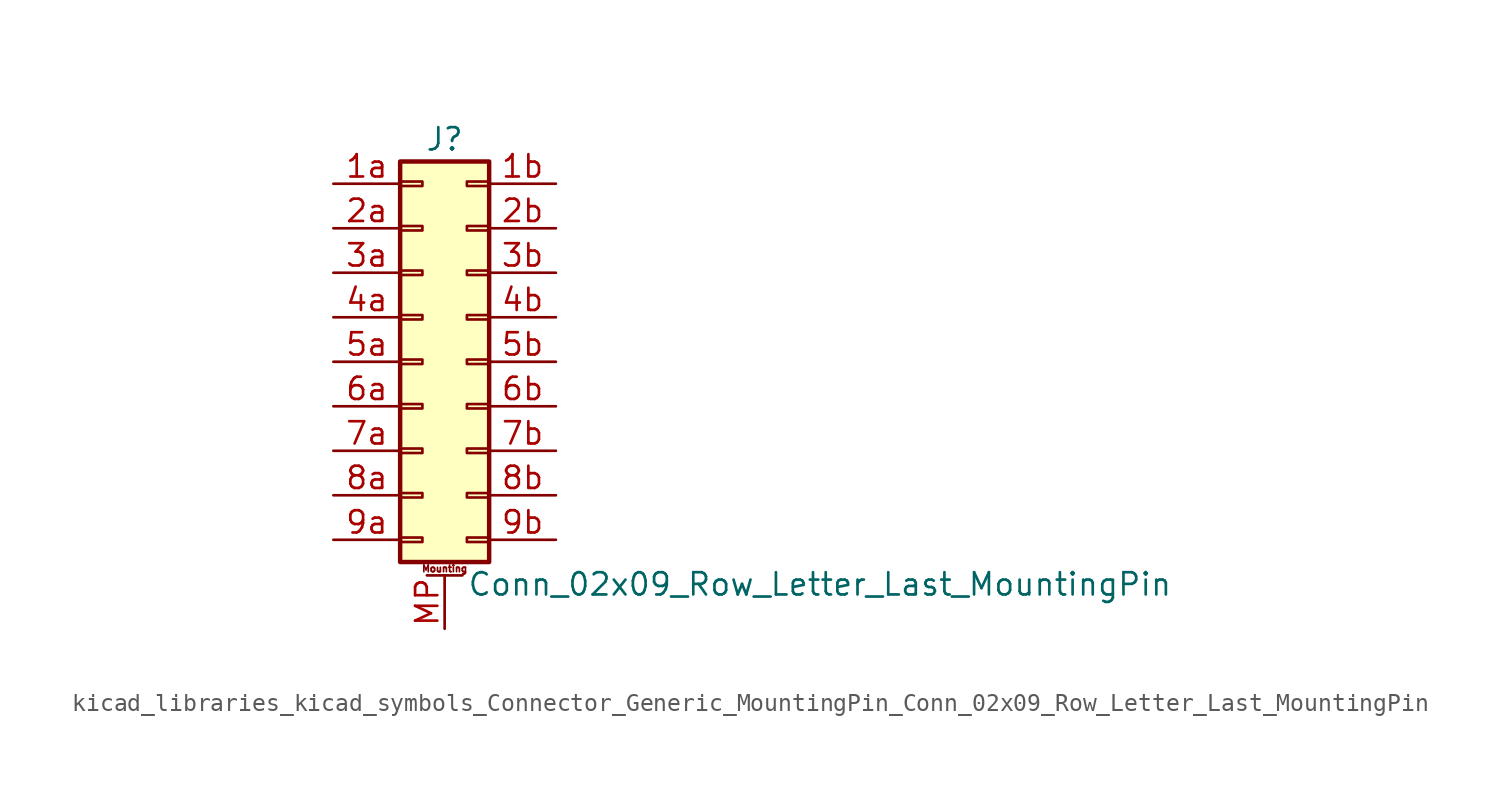
<source format=kicad_sym>
(kicad_symbol_lib
  (version 20220914)
  (generator kicad_symbol_editor)
  (symbol "kicad_libraries_kicad_symbols_Connector_Generic_MountingPin_Conn_02x09_Row_Letter_Last_MountingPin"
    (pin_names
      (offset 1.016) hide)
    (property "Reference" "J"
      (at 1.27 12.7 0)
      (effects (font (size 1.27 1.27))))
    (property "Value" "Conn_02x09_Row_Letter_Last_MountingPin"
      (at 2.54 -12.7 0)
      (effects (font (size 1.27 1.27)) (justify left)))
    (symbol "kicad_libraries_kicad_symbols_Connector_Generic_MountingPin_Conn_02x09_Row_Letter_Last_MountingPin_1_1"
      (rectangle (start -1.27 -10.033) (end 0 -10.287) (stroke (width 0.152) (type default)) (fill (type none)))
      (rectangle (start -1.27 -7.493) (end 0 -7.747) (stroke (width 0.152) (type default)) (fill (type none)))
      (rectangle (start -1.27 -4.953) (end 0 -5.207) (stroke (width 0.152) (type default)) (fill (type none)))
      (rectangle (start -1.27 -2.413) (end 0 -2.667) (stroke (width 0.152) (type default)) (fill (type none)))
      (rectangle (start -1.27 0.127) (end 0 -0.127) (stroke (width 0.152) (type default)) (fill (type none)))
      (rectangle (start -1.27 2.667) (end 0 2.413) (stroke (width 0.152) (type default)) (fill (type none)))
      (rectangle (start -1.27 5.207) (end 0 4.953) (stroke (width 0.152) (type default)) (fill (type none)))
      (rectangle (start -1.27 7.747) (end 0 7.493) (stroke (width 0.152) (type default)) (fill (type none)))
      (rectangle (start -1.27 10.287) (end 0 10.033) (stroke (width 0.152) (type default)) (fill (type none)))
      (rectangle (start -1.27 11.43) (end 3.81 -11.43) (stroke (width 0.254) (type default)) (fill (type background)))
      (polyline (pts (xy 0.254 -12.192) (xy 2.286 -12.192)) (stroke (width 0.152) (type default)) (fill (type none)))
      (rectangle (start 3.81 -10.033) (end 2.54 -10.287) (stroke (width 0.152) (type default)) (fill (type none)))
      (rectangle (start 3.81 -7.493) (end 2.54 -7.747) (stroke (width 0.152) (type default)) (fill (type none)))
      (rectangle (start 3.81 -4.953) (end 2.54 -5.207) (stroke (width 0.152) (type default)) (fill (type none)))
      (rectangle (start 3.81 -2.413) (end 2.54 -2.667) (stroke (width 0.152) (type default)) (fill (type none)))
      (rectangle (start 3.81 0.127) (end 2.54 -0.127) (stroke (width 0.152) (type default)) (fill (type none)))
      (rectangle (start 3.81 2.667) (end 2.54 2.413) (stroke (width 0.152) (type default)) (fill (type none)))
      (rectangle (start 3.81 5.207) (end 2.54 4.953) (stroke (width 0.152) (type default)) (fill (type none)))
      (rectangle (start 3.81 7.747) (end 2.54 7.493) (stroke (width 0.152) (type default)) (fill (type none)))
      (rectangle (start 3.81 10.287) (end 2.54 10.033) (stroke (width 0.152) (type default)) (fill (type none)))
      (text "Mounting" (at 1.27 -11.811 0) (effects (font (size 0.381 0.381))))
      (pin passive line (at -5.08 10.16 0) (length 3.81) (name "Pin_1a" (effects (font (size 1.27 1.27)))) (number "1a" (effects (font (size 1.27 1.27)))))
      (pin passive line (at 7.62 10.16 180) (length 3.81) (name "Pin_1b" (effects (font (size 1.27 1.27)))) (number "1b" (effects (font (size 1.27 1.27)))))
      (pin passive line (at -5.08 7.62 0) (length 3.81) (name "Pin_2a" (effects (font (size 1.27 1.27)))) (number "2a" (effects (font (size 1.27 1.27)))))
      (pin passive line (at 7.62 7.62 180) (length 3.81) (name "Pin_2b" (effects (font (size 1.27 1.27)))) (number "2b" (effects (font (size 1.27 1.27)))))
      (pin passive line (at -5.08 5.08 0) (length 3.81) (name "Pin_3a" (effects (font (size 1.27 1.27)))) (number "3a" (effects (font (size 1.27 1.27)))))
      (pin passive line (at 7.62 5.08 180) (length 3.81) (name "Pin_3b" (effects (font (size 1.27 1.27)))) (number "3b" (effects (font (size 1.27 1.27)))))
      (pin passive line (at -5.08 2.54 0) (length 3.81) (name "Pin_4a" (effects (font (size 1.27 1.27)))) (number "4a" (effects (font (size 1.27 1.27)))))
      (pin passive line (at 7.62 2.54 180) (length 3.81) (name "Pin_4b" (effects (font (size 1.27 1.27)))) (number "4b" (effects (font (size 1.27 1.27)))))
      (pin passive line (at -5.08 0 0) (length 3.81) (name "Pin_5a" (effects (font (size 1.27 1.27)))) (number "5a" (effects (font (size 1.27 1.27)))))
      (pin passive line (at 7.62 0 180) (length 3.81) (name "Pin_5b" (effects (font (size 1.27 1.27)))) (number "5b" (effects (font (size 1.27 1.27)))))
      (pin passive line (at -5.08 -2.54 0) (length 3.81) (name "Pin_6a" (effects (font (size 1.27 1.27)))) (number "6a" (effects (font (size 1.27 1.27)))))
      (pin passive line (at 7.62 -2.54 180) (length 3.81) (name "Pin_6b" (effects (font (size 1.27 1.27)))) (number "6b" (effects (font (size 1.27 1.27)))))
      (pin passive line (at -5.08 -5.08 0) (length 3.81) (name "Pin_7a" (effects (font (size 1.27 1.27)))) (number "7a" (effects (font (size 1.27 1.27)))))
      (pin passive line (at 7.62 -5.08 180) (length 3.81) (name "Pin_7b" (effects (font (size 1.27 1.27)))) (number "7b" (effects (font (size 1.27 1.27)))))
      (pin passive line (at -5.08 -7.62 0) (length 3.81) (name "Pin_8a" (effects (font (size 1.27 1.27)))) (number "8a" (effects (font (size 1.27 1.27)))))
      (pin passive line (at 7.62 -7.62 180) (length 3.81) (name "Pin_8b" (effects (font (size 1.27 1.27)))) (number "8b" (effects (font (size 1.27 1.27)))))
      (pin passive line (at -5.08 -10.16 0) (length 3.81) (name "Pin_9a" (effects (font (size 1.27 1.27)))) (number "9a" (effects (font (size 1.27 1.27)))))
      (pin passive line (at 7.62 -10.16 180) (length 3.81) (name "Pin_9b" (effects (font (size 1.27 1.27)))) (number "9b" (effects (font (size 1.27 1.27)))))
      (pin passive line (at 1.27 -15.24 90) (length 3.048) (name "MountPin" (effects (font (size 1.27 1.27)))) (number "MP" (effects (font (size 1.27 1.27))))))))
</source>
